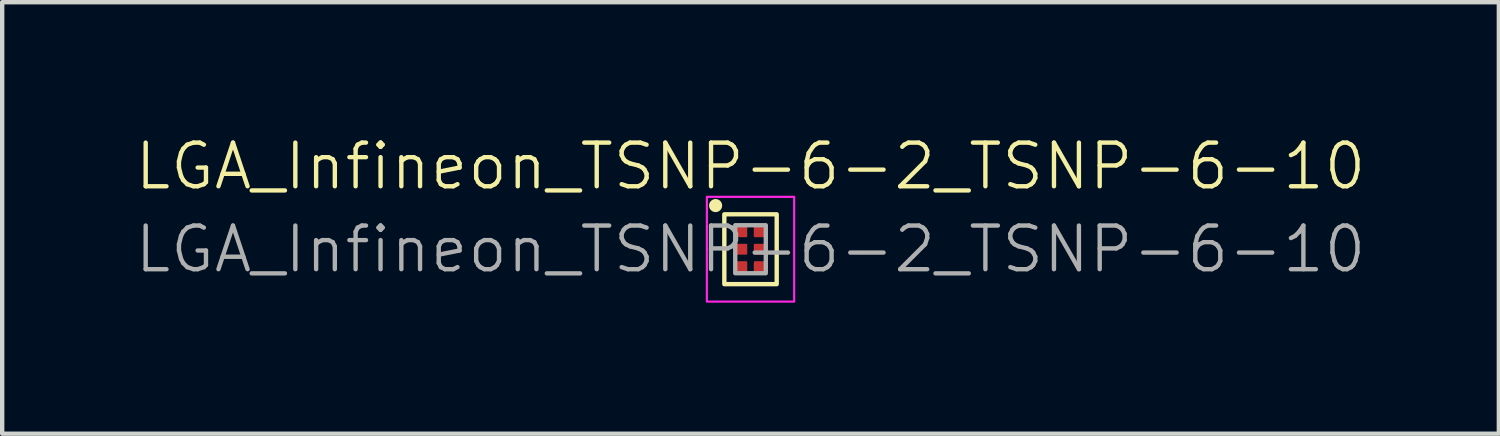
<source format=kicad_pcb>
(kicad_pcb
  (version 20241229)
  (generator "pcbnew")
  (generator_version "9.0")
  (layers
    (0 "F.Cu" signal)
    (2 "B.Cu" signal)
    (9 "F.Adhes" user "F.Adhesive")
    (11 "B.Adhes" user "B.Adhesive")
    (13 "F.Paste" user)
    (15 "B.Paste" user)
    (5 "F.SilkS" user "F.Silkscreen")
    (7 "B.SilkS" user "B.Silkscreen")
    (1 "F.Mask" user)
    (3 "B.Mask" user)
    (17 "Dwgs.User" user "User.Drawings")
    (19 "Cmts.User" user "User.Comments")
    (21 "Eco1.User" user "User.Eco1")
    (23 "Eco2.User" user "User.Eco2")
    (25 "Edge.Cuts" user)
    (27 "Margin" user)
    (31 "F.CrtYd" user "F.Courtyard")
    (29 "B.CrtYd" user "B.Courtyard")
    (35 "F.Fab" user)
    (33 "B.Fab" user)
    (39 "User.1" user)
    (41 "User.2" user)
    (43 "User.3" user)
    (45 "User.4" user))
  (footprint "LGA_Infineon_TSNP-6-2_TSNP-6-10"
    (layer "F.Cu")
    (at 14.145 2.66)
    (property "Reference" "LGA_Infineon_TSNP-6-2_TSNP-6-10" (at 0 -1.9 0) (unlocked yes) (layer "F.SilkS") (effects (font (size 1 1) (thickness 0.1))))
    (attr smd)
    (fp_rect (start -0.6 -0.8) (end 0.6 0.8) (stroke (width 0.1) (type default)) (fill no) (layer "F.SilkS"))
    (fp_circle (center -0.8 -1) (end -0.7 -1) (stroke (width 0.1) (type solid)) (fill yes) (layer "F.SilkS"))
    (fp_rect (start -1 -1.2) (end 1 1.2) (stroke (width 0.05) (type default)) (fill no) (layer "F.CrtYd"))
    (fp_rect (start -0.35 -0.55) (end 0.35 0.55) (stroke (width 0.1) (type default)) (fill no) (layer "F.Fab"))
    (fp_text user "${REFERENCE}" (at 0 0 0) (unlocked yes) (layer "F.Fab") (effects (font (size 1 1) (thickness 0.1))))
    (pad "1" smd roundrect (at -0.2 -0.4) (size 0.25 0.25) (layers "F.Cu" "F.Mask" "F.Paste") (roundrect_rratio 0.1))
    (pad "2" smd roundrect (at -0.2 0) (size 0.25 0.25) (layers "F.Cu" "F.Mask" "F.Paste") (roundrect_rratio 0.1))
    (pad "3" smd roundrect (at -0.2 0.4) (size 0.25 0.25) (layers "F.Cu" "F.Mask" "F.Paste") (roundrect_rratio 0.1))
    (pad "4" smd roundrect (at 0.2 0.4) (size 0.25 0.25) (layers "F.Cu" "F.Mask" "F.Paste") (roundrect_rratio 0.1))
    (pad "5" smd roundrect (at 0.2 0) (size 0.25 0.25) (layers "F.Cu" "F.Mask" "F.Paste") (roundrect_rratio 0.1))
    (pad "6" smd roundrect (at 0.2 -0.4) (size 0.25 0.25) (layers "F.Cu" "F.Mask" "F.Paste") (roundrect_rratio 0.1)))
  (gr_rect
    (start -3 -3)
    (end 31.29 6.886)
    (stroke (width 0.1) (type default))
    (fill no)
    (layer "Edge.Cuts")))
</source>
